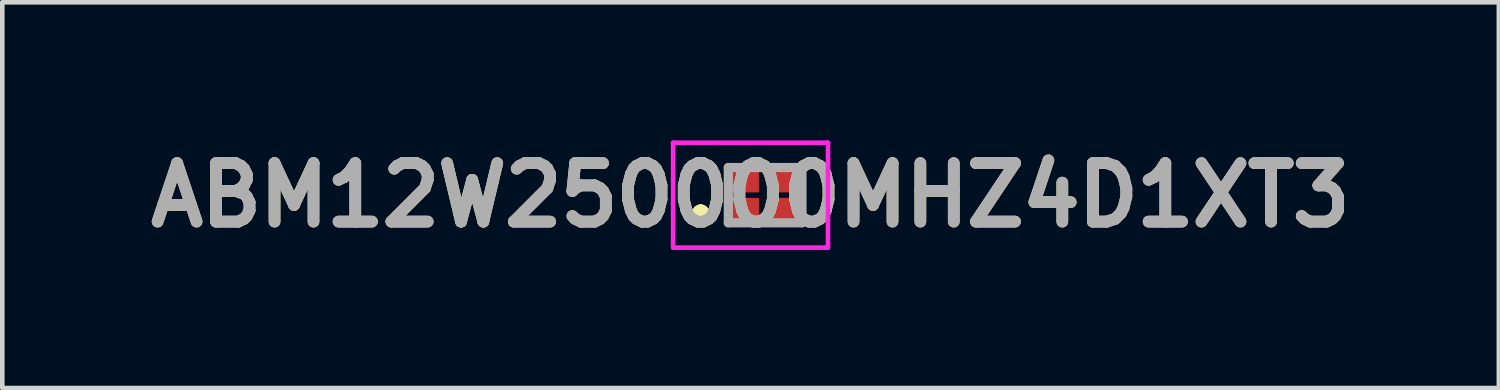
<source format=kicad_pcb>
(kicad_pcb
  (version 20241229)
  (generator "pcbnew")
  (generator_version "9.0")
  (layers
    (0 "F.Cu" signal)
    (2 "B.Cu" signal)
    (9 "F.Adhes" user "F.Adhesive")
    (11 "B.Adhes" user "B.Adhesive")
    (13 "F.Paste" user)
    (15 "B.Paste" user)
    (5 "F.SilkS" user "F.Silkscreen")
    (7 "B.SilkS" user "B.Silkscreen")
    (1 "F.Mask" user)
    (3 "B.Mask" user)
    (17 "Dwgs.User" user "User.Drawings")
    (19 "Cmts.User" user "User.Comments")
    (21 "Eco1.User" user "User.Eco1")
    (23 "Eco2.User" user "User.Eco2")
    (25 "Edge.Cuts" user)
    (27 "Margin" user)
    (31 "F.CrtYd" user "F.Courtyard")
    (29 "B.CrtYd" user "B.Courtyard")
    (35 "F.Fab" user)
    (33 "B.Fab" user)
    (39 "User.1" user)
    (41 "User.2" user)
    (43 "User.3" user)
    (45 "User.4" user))
  (footprint "ABM12W250000MHZ4D1XT3"
    (layer "F.Cu")
    (at 13.573 1.19)
    (property "Reference" "ABM12W250000MHZ4D1XT3" (at -0.317 0 0) (layer "F.SilkS") (effects (font (size 1.27 1.27) (thickness 0.254))))
    (attr smd)
    (fp_line (start -1.4 0.3) (end -1.4 0.3) (stroke (width 0.2) (type solid)) (layer "F.SilkS"))
    (fp_line (start -1.4 0.5) (end -1.4 0.5) (stroke (width 0.2) (type solid)) (layer "F.SilkS"))
    (fp_arc (start -1.4 0.3) (mid -1.3 0.4) (end -1.4 0.5) (stroke (width 0.2) (type solid)) (layer "F.SilkS"))
    (fp_arc (start -1.4 0.5) (mid -1.5 0.4) (end -1.4 0.3) (stroke (width 0.2) (type solid)) (layer "F.SilkS"))
    (fp_line (start -2 -1.14) (end -2 1.14) (stroke (width 0.1) (type solid)) (layer "F.CrtYd"))
    (fp_line (start -2 1.14) (end 1.365 1.14) (stroke (width 0.1) (type solid)) (layer "F.CrtYd"))
    (fp_line (start 1.365 -1.14) (end -2 -1.14) (stroke (width 0.1) (type solid)) (layer "F.CrtYd"))
    (fp_line (start 1.365 1.14) (end 1.365 -1.14) (stroke (width 0.1) (type solid)) (layer "F.CrtYd"))
    (fp_line (start -0.8 -0.6) (end -0.8 0.6) (stroke (width 0.2) (type solid)) (layer "F.Fab"))
    (fp_line (start -0.8 0.6) (end 0.8 0.6) (stroke (width 0.2) (type solid)) (layer "F.Fab"))
    (fp_line (start 0.8 -0.6) (end -0.8 -0.6) (stroke (width 0.2) (type solid)) (layer "F.Fab"))
    (fp_line (start 0.8 0.6) (end 0.8 -0.6) (stroke (width 0.2) (type solid)) (layer "F.Fab"))
    (fp_text user "${REFERENCE}" (at -0.317 0 0) (layer "F.Fab") (effects (font (size 1.27 1.27) (thickness 0.254))))
    (pad "1" smd rect (at -0.5 0.35 90) (size 0.58 0.73) (layers "F.Cu" "F.Mask" "F.Paste"))
    (pad "2" smd rect (at 0.5 0.35 90) (size 0.58 0.73) (layers "F.Cu" "F.Mask" "F.Paste"))
    (pad "3" smd rect (at 0.5 -0.35 90) (size 0.58 0.73) (layers "F.Cu" "F.Mask" "F.Paste"))
    (pad "4" smd rect (at -0.5 -0.35 90) (size 0.58 0.73) (layers "F.Cu" "F.Mask" "F.Paste")))
  (gr_rect
    (start -3 -3)
    (end 29.513 5.38)
    (stroke (width 0.1) (type default))
    (fill no)
    (layer "Edge.Cuts")))
</source>
